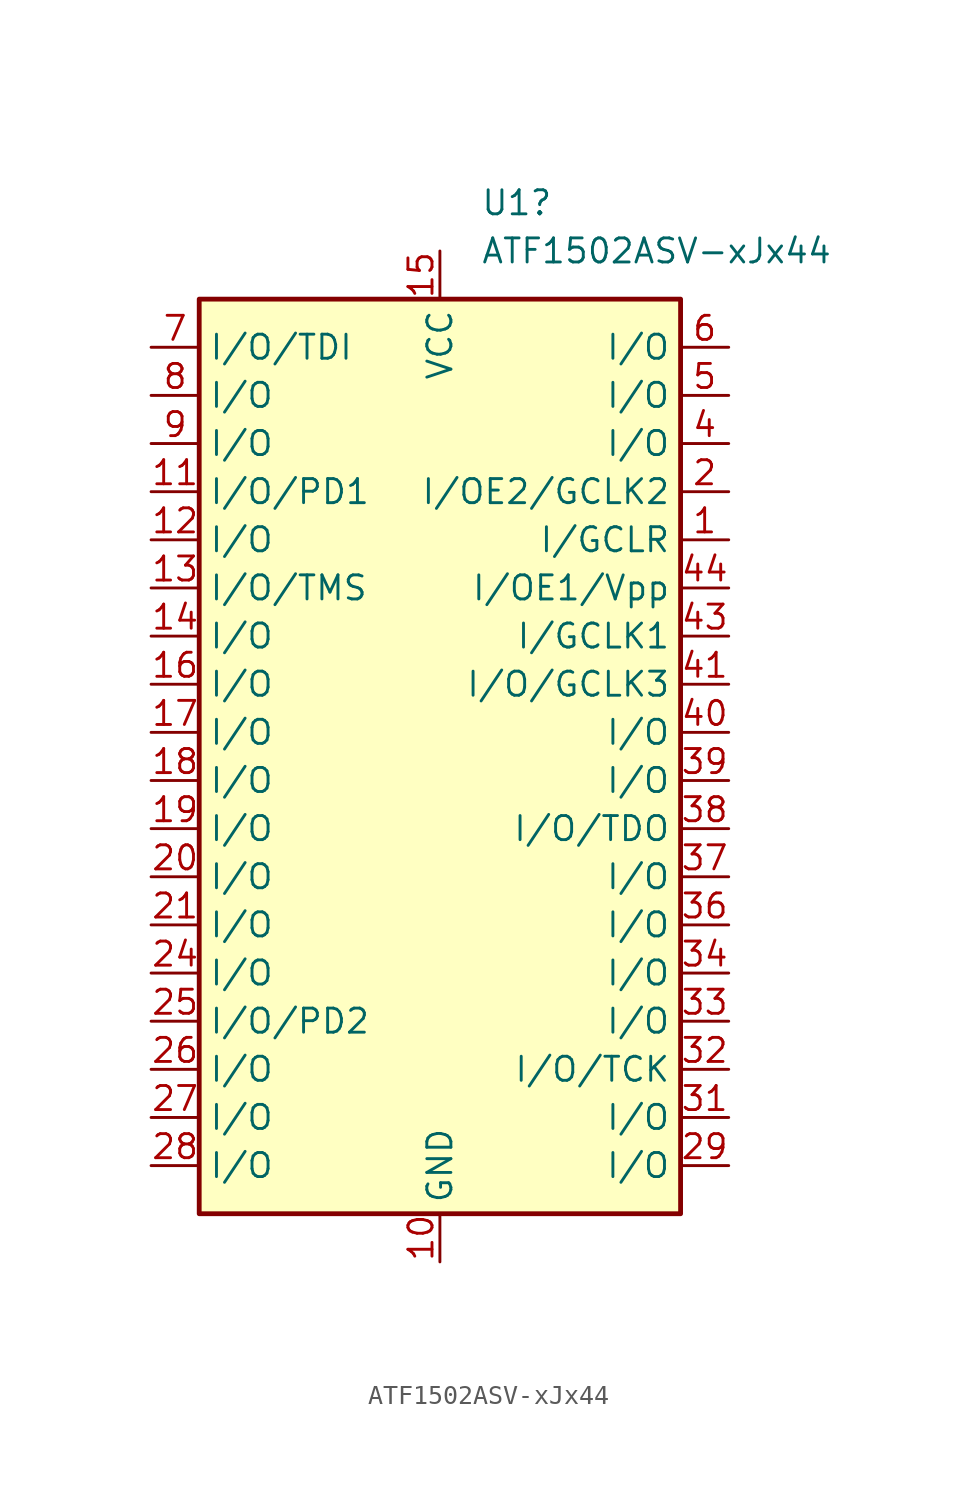
<source format=kicad_sym>
(kicad_symbol_lib
  (version 20241209)
  (generator "kicad_symbol_editor")
  (generator_version "9.0")
  (symbol "ATF1502ASV-xJx44"
    (property "Reference" "U1"
      (at 2.143 27.94 0)
      (effects (font (size 1.27 1.27)) (justify left)))
    (property "Value" "ATF1502ASV-xJx44"
      (at 2.143 25.4 0)
      (effects (font (size 1.27 1.27)) (justify left)))
    (symbol "ATF1502ASV-xJx44_0_1"
      (rectangle (start -12.7 22.86) (end 12.7 -25.4) (stroke (width 0.254) (type default)) (fill (type background))))
    (symbol "ATF1502ASV-xJx44_1_1"
      (pin bidirectional line (at -15.24 20.32 0) (length 2.54) (name "I/O/TDI" (effects (font (size 1.27 1.27)))) (number "7" (effects (font (size 1.27 1.27)))))
      (pin bidirectional line (at -15.24 17.78 0) (length 2.54) (name "I/O" (effects (font (size 1.27 1.27)))) (number "8" (effects (font (size 1.27 1.27)))))
      (pin bidirectional line (at -15.24 15.24 0) (length 2.54) (name "I/O" (effects (font (size 1.27 1.27)))) (number "9" (effects (font (size 1.27 1.27)))))
      (pin bidirectional line (at -15.24 12.7 0) (length 2.54) (name "I/O/PD1" (effects (font (size 1.27 1.27)))) (number "11" (effects (font (size 1.27 1.27)))))
      (pin bidirectional line (at -15.24 10.16 0) (length 2.54) (name "I/O" (effects (font (size 1.27 1.27)))) (number "12" (effects (font (size 1.27 1.27)))))
      (pin bidirectional line (at -15.24 7.62 0) (length 2.54) (name "I/O/TMS" (effects (font (size 1.27 1.27)))) (number "13" (effects (font (size 1.27 1.27)))))
      (pin bidirectional line (at -15.24 5.08 0) (length 2.54) (name "I/O" (effects (font (size 1.27 1.27)))) (number "14" (effects (font (size 1.27 1.27)))))
      (pin bidirectional line (at -15.24 2.54 0) (length 2.54) (name "I/O" (effects (font (size 1.27 1.27)))) (number "16" (effects (font (size 1.27 1.27)))))
      (pin bidirectional line (at -15.24 0 0) (length 2.54) (name "I/O" (effects (font (size 1.27 1.27)))) (number "17" (effects (font (size 1.27 1.27)))))
      (pin bidirectional line (at -15.24 -2.54 0) (length 2.54) (name "I/O" (effects (font (size 1.27 1.27)))) (number "18" (effects (font (size 1.27 1.27)))))
      (pin bidirectional line (at -15.24 -5.08 0) (length 2.54) (name "I/O" (effects (font (size 1.27 1.27)))) (number "19" (effects (font (size 1.27 1.27)))))
      (pin bidirectional line (at -15.24 -7.62 0) (length 2.54) (name "I/O" (effects (font (size 1.27 1.27)))) (number "20" (effects (font (size 1.27 1.27)))))
      (pin bidirectional line (at -15.24 -10.16 0) (length 2.54) (name "I/O" (effects (font (size 1.27 1.27)))) (number "21" (effects (font (size 1.27 1.27)))))
      (pin bidirectional line (at -15.24 -12.7 0) (length 2.54) (name "I/O" (effects (font (size 1.27 1.27)))) (number "24" (effects (font (size 1.27 1.27)))))
      (pin bidirectional line (at -15.24 -15.24 0) (length 2.54) (name "I/O/PD2" (effects (font (size 1.27 1.27)))) (number "25" (effects (font (size 1.27 1.27)))))
      (pin bidirectional line (at -15.24 -17.78 0) (length 2.54) (name "I/O" (effects (font (size 1.27 1.27)))) (number "26" (effects (font (size 1.27 1.27)))))
      (pin bidirectional line (at -15.24 -20.32 0) (length 2.54) (name "I/O" (effects (font (size 1.27 1.27)))) (number "27" (effects (font (size 1.27 1.27)))))
      (pin bidirectional line (at -15.24 -22.86 0) (length 2.54) (name "I/O" (effects (font (size 1.27 1.27)))) (number "28" (effects (font (size 1.27 1.27)))))
      (pin power_in line (at 0 25.4 270) (length 2.54) (name "VCC" (effects (font (size 1.27 1.27)))) (number "15" (effects (font (size 1.27 1.27)))))
      (pin passive line (at 0 25.4 270) (length 2.54) (hide yes) (name "VCC" (effects (font (size 1.27 1.27)))) (number "23" (effects (font (size 1.27 1.27)))))
      (pin passive line (at 0 25.4 270) (length 2.54) (hide yes) (name "VCC" (effects (font (size 1.27 1.27)))) (number "3" (effects (font (size 1.27 1.27)))))
      (pin passive line (at 0 25.4 270) (length 2.54) (hide yes) (name "VCC" (effects (font (size 1.27 1.27)))) (number "35" (effects (font (size 1.27 1.27)))))
      (pin power_in line (at 0 -27.94 90) (length 2.54) (name "GND" (effects (font (size 1.27 1.27)))) (number "10" (effects (font (size 1.27 1.27)))))
      (pin passive line (at 0 -27.94 90) (length 2.54) (hide yes) (name "GND" (effects (font (size 1.27 1.27)))) (number "22" (effects (font (size 1.27 1.27)))))
      (pin passive line (at 0 -27.94 90) (length 2.54) (hide yes) (name "GND" (effects (font (size 1.27 1.27)))) (number "30" (effects (font (size 1.27 1.27)))))
      (pin passive line (at 0 -27.94 90) (length 2.54) (hide yes) (name "GND" (effects (font (size 1.27 1.27)))) (number "42" (effects (font (size 1.27 1.27)))))
      (pin bidirectional line (at 15.24 20.32 180) (length 2.54) (name "I/O" (effects (font (size 1.27 1.27)))) (number "6" (effects (font (size 1.27 1.27)))))
      (pin bidirectional line (at 15.24 17.78 180) (length 2.54) (name "I/O" (effects (font (size 1.27 1.27)))) (number "5" (effects (font (size 1.27 1.27)))))
      (pin bidirectional line (at 15.24 15.24 180) (length 2.54) (name "I/O" (effects (font (size 1.27 1.27)))) (number "4" (effects (font (size 1.27 1.27)))))
      (pin input line (at 15.24 12.7 180) (length 2.54) (name "I/OE2/GCLK2" (effects (font (size 1.27 1.27)))) (number "2" (effects (font (size 1.27 1.27)))))
      (pin input line (at 15.24 10.16 180) (length 2.54) (name "I/GCLR" (effects (font (size 1.27 1.27)))) (number "1" (effects (font (size 1.27 1.27)))))
      (pin input line (at 15.24 7.62 180) (length 2.54) (name "I/OE1/Vpp" (effects (font (size 1.27 1.27)))) (number "44" (effects (font (size 1.27 1.27)))))
      (pin input line (at 15.24 5.08 180) (length 2.54) (name "I/GCLK1" (effects (font (size 1.27 1.27)))) (number "43" (effects (font (size 1.27 1.27)))))
      (pin bidirectional line (at 15.24 2.54 180) (length 2.54) (name "I/O/GCLK3" (effects (font (size 1.27 1.27)))) (number "41" (effects (font (size 1.27 1.27)))))
      (pin bidirectional line (at 15.24 0 180) (length 2.54) (name "I/O" (effects (font (size 1.27 1.27)))) (number "40" (effects (font (size 1.27 1.27)))))
      (pin bidirectional line (at 15.24 -2.54 180) (length 2.54) (name "I/O" (effects (font (size 1.27 1.27)))) (number "39" (effects (font (size 1.27 1.27)))))
      (pin bidirectional line (at 15.24 -5.08 180) (length 2.54) (name "I/O/TDO" (effects (font (size 1.27 1.27)))) (number "38" (effects (font (size 1.27 1.27)))))
      (pin bidirectional line (at 15.24 -7.62 180) (length 2.54) (name "I/O" (effects (font (size 1.27 1.27)))) (number "37" (effects (font (size 1.27 1.27)))))
      (pin bidirectional line (at 15.24 -10.16 180) (length 2.54) (name "I/O" (effects (font (size 1.27 1.27)))) (number "36" (effects (font (size 1.27 1.27)))))
      (pin bidirectional line (at 15.24 -12.7 180) (length 2.54) (name "I/O" (effects (font (size 1.27 1.27)))) (number "34" (effects (font (size 1.27 1.27)))))
      (pin bidirectional line (at 15.24 -15.24 180) (length 2.54) (name "I/O" (effects (font (size 1.27 1.27)))) (number "33" (effects (font (size 1.27 1.27)))))
      (pin bidirectional line (at 15.24 -17.78 180) (length 2.54) (name "I/O/TCK" (effects (font (size 1.27 1.27)))) (number "32" (effects (font (size 1.27 1.27)))))
      (pin bidirectional line (at 15.24 -20.32 180) (length 2.54) (name "I/O" (effects (font (size 1.27 1.27)))) (number "31" (effects (font (size 1.27 1.27)))))
      (pin bidirectional line (at 15.24 -22.86 180) (length 2.54) (name "I/O" (effects (font (size 1.27 1.27)))) (number "29" (effects (font (size 1.27 1.27))))))))
</source>
